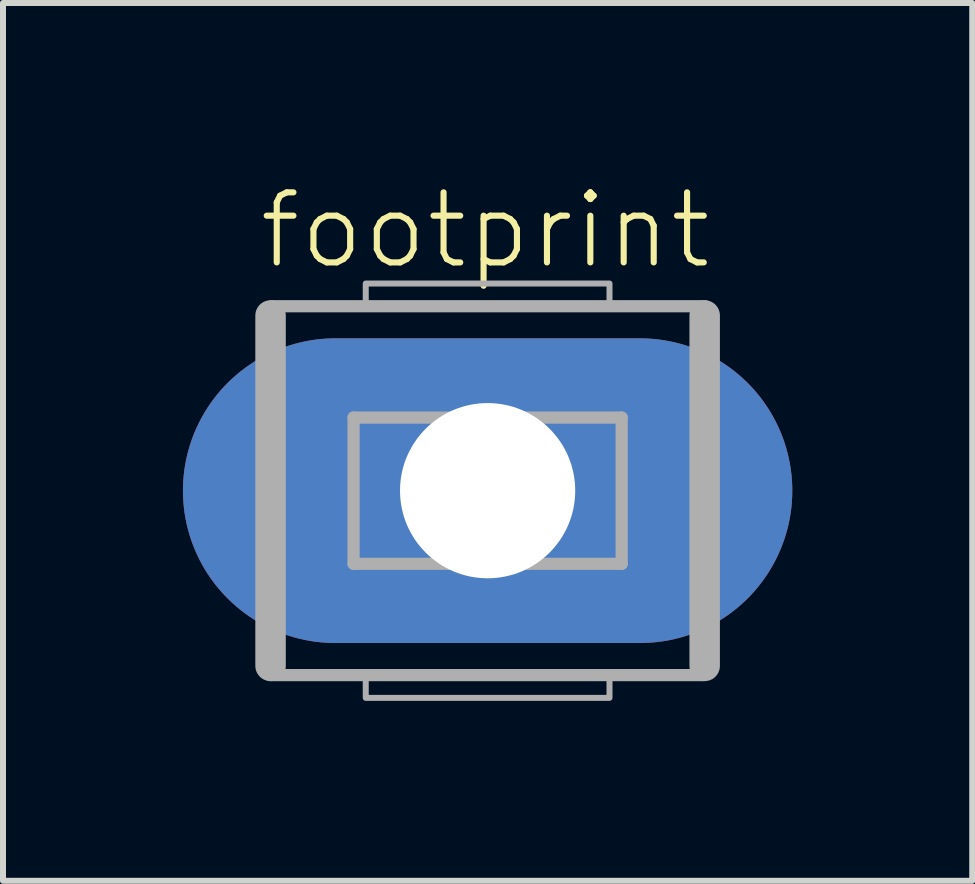
<source format=kicad_pcb>
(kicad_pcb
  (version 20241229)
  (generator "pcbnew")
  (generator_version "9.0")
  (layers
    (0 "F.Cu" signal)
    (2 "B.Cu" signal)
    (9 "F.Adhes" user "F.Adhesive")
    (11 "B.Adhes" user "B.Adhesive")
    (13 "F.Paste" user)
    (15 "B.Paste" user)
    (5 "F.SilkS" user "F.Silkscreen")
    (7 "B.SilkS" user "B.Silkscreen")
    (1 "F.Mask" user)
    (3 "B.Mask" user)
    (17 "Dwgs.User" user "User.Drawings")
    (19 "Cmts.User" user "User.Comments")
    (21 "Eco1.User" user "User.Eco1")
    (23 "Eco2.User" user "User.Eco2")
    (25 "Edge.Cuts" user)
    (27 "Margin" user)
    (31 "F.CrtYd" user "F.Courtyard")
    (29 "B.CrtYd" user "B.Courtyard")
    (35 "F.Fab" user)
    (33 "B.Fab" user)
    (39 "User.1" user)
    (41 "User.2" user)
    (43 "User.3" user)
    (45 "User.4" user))
  (footprint "footprint"
    (layer "F.Cu")
    (at 5.08 5.131)
    (property "Reference" "footprint" (at -3.861 -3.658 0) (layer "F.SilkS") (effects (font (size 1.168 1.168) (thickness 0.102)) (justify left bottom)))
    (fp_line (start -3.619 -2.921) (end -3.619 2.921) (stroke (width 0.508) (type solid)) (layer "F.Fab"))
    (fp_line (start -3.6 -3.075) (end 3.625 -3.075) (stroke (width 0.203) (type solid)) (layer "F.Fab"))
    (fp_line (start -2.235 -1.219) (end -2.235 1.219) (stroke (width 0.203) (type solid)) (layer "F.Fab"))
    (fp_line (start -2.235 -1.219) (end 2.235 -1.219) (stroke (width 0.203) (type solid)) (layer "F.Fab"))
    (fp_line (start 2.235 1.219) (end -2.235 1.219) (stroke (width 0.203) (type solid)) (layer "F.Fab"))
    (fp_line (start 2.235 1.219) (end 2.235 -1.219) (stroke (width 0.203) (type solid)) (layer "F.Fab"))
    (fp_line (start 3.6 3.075) (end -3.625 3.075) (stroke (width 0.203) (type solid)) (layer "F.Fab"))
    (fp_line (start 3.619 2.921) (end 3.619 -2.921) (stroke (width 0.508) (type solid)) (layer "F.Fab"))
    (fp_poly (pts (xy -2.032 -3.048) (xy 2.032 -3.048) (xy 2.032 -3.454) (xy -2.032 -3.454)) (stroke (width 0.1) (type solid)) (fill no) (layer "F.Fab"))
    (fp_poly (pts (xy 2.032 3.048) (xy -2.032 3.048) (xy -2.032 3.454) (xy 2.032 3.454)) (stroke (width 0.1) (type solid)) (fill no) (layer "F.Fab"))
    (pad "1" thru_hole oval (at 0 0) (size 10.16 5.08) (drill 2.921) (layers "*.Cu" "*.Mask")))
  (gr_rect
    (start -3 -3)
    (end 13.16 11.635)
    (stroke (width 0.1) (type default))
    (fill no)
    (layer "Edge.Cuts")))
</source>
